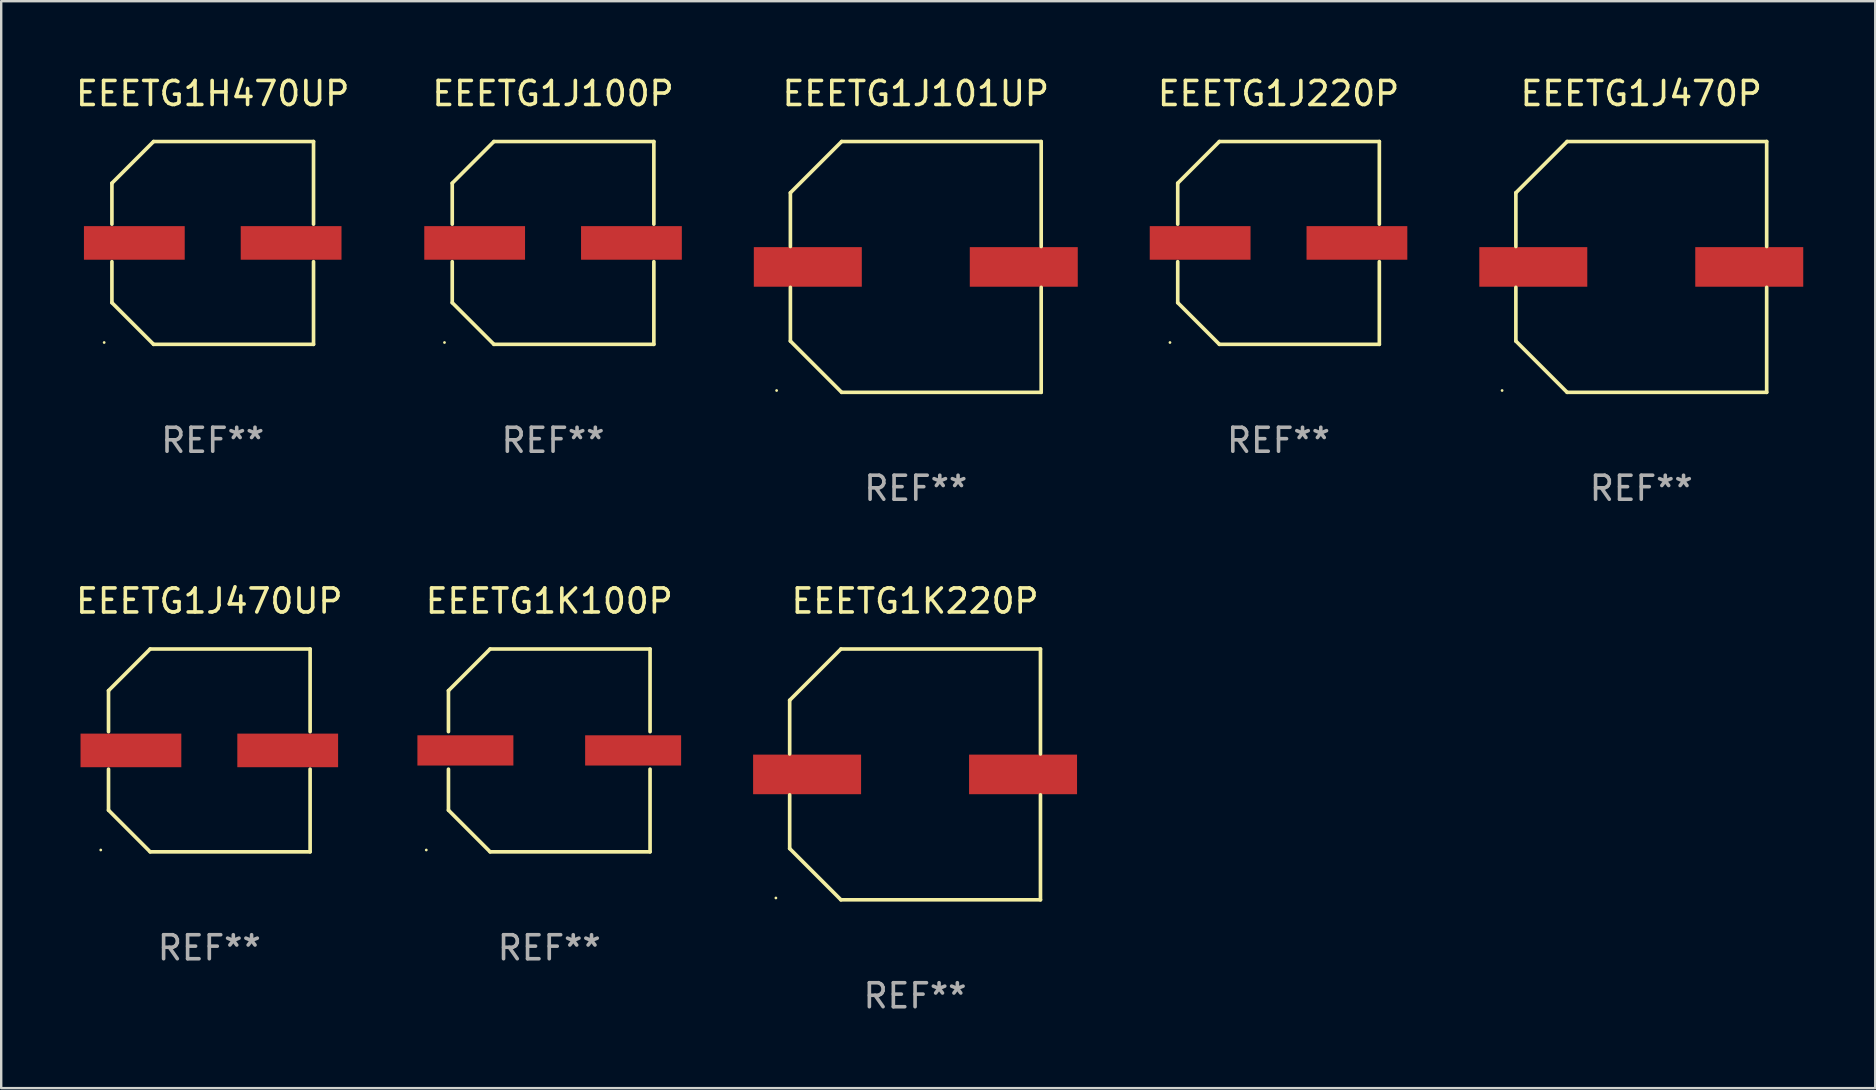
<source format=kicad_pcb>
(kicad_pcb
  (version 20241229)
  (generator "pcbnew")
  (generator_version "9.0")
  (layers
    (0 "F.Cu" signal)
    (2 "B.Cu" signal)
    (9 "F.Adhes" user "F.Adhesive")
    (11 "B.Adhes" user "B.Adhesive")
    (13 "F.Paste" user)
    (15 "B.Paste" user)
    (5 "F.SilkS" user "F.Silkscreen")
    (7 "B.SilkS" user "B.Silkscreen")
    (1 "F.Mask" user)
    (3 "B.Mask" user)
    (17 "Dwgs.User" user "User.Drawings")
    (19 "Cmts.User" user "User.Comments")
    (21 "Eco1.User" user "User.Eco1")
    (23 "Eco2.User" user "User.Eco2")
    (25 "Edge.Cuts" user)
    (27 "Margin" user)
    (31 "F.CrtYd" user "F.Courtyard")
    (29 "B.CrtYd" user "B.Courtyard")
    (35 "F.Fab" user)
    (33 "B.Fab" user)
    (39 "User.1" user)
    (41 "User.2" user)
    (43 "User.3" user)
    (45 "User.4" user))
  (footprint "EEETG1J220P"
    (layer "F.Cu")
    (at 50.232 7.074)
    (property "Reference" "EEETG1J220P" (at 0 -6.226 0) (layer "F.SilkS") (effects (font (size 1 1) (thickness 0.15))))
    (attr through_hole)
    (fp_line (start -4.201 -2.49) (end -4.201 -0.782) (stroke (width 0.152) (type solid)) (layer "F.SilkS"))
    (fp_line (start -4.201 2.49) (end -4.201 0.782) (stroke (width 0.152) (type solid)) (layer "F.SilkS"))
    (fp_line (start -2.465 -4.226) (end -4.201 -2.49) (stroke (width 0.152) (type solid)) (layer "F.SilkS"))
    (fp_line (start -2.465 4.226) (end -4.201 2.49) (stroke (width 0.152) (type solid)) (layer "F.SilkS"))
    (fp_line (start 4.201 -4.226) (end -2.465 -4.226) (stroke (width 0.152) (type solid)) (layer "F.SilkS"))
    (fp_line (start 4.201 -0.782) (end 4.201 -4.226) (stroke (width 0.152) (type solid)) (layer "F.SilkS"))
    (fp_line (start 4.201 0.782) (end 4.201 4.226) (stroke (width 0.152) (type solid)) (layer "F.SilkS"))
    (fp_line (start 4.201 4.226) (end -2.465 4.226) (stroke (width 0.152) (type solid)) (layer "F.SilkS"))
    (fp_circle (center -4.524 4.15) (end -4.494 4.15) (stroke (width 0.06) (type solid)) (fill no) (layer "F.SilkS"))
    (fp_text user "REF**" (at 0 8.226 0) (layer "F.Fab") (effects (font (size 1 1) (thickness 0.15))))
    (pad "1" smd rect (at -3.267 0) (size 4.2 1.4) (layers "F.Cu" "F.Mask" "F.Paste"))
    (pad "2" smd rect (at 3.267 0) (size 4.2 1.4) (layers "F.Cu" "F.Mask" "F.Paste")))
  (footprint "EEETG1K100P"
    (layer "F.Cu")
    (at 19.84 28.223)
    (property "Reference" "EEETG1K100P" (at 0 -6.226 0) (layer "F.SilkS") (effects (font (size 1 1) (thickness 0.15))))
    (attr through_hole)
    (fp_line (start -4.201 -2.49) (end -4.201 -0.782) (stroke (width 0.152) (type solid)) (layer "F.SilkS"))
    (fp_line (start -4.201 2.49) (end -4.201 0.782) (stroke (width 0.152) (type solid)) (layer "F.SilkS"))
    (fp_line (start -2.465 -4.226) (end -4.201 -2.49) (stroke (width 0.152) (type solid)) (layer "F.SilkS"))
    (fp_line (start -2.465 4.226) (end -4.201 2.49) (stroke (width 0.152) (type solid)) (layer "F.SilkS"))
    (fp_line (start 4.201 -4.226) (end -2.465 -4.226) (stroke (width 0.152) (type solid)) (layer "F.SilkS"))
    (fp_line (start 4.201 -0.782) (end 4.201 -4.226) (stroke (width 0.152) (type solid)) (layer "F.SilkS"))
    (fp_line (start 4.201 0.782) (end 4.201 4.226) (stroke (width 0.152) (type solid)) (layer "F.SilkS"))
    (fp_line (start 4.201 4.226) (end -2.465 4.226) (stroke (width 0.152) (type solid)) (layer "F.SilkS"))
    (fp_circle (center -5.125 4.15) (end -5.095 4.15) (stroke (width 0.06) (type solid)) (fill no) (layer "F.SilkS"))
    (fp_text user "REF**" (at 0 8.226 0) (layer "F.Fab") (effects (font (size 1 1) (thickness 0.15))))
    (pad "1" smd rect (at -3.495 0.000025) (size 4 1.26) (layers "F.Cu" "F.Mask" "F.Paste"))
    (pad "2" smd rect (at 3.495 0.000025) (size 4 1.26) (layers "F.Cu" "F.Mask" "F.Paste")))
  (footprint "EEETG1J470P"
    (layer "F.Cu")
    (at 65.349 8.074)
    (property "Reference" "EEETG1J470P" (at 0 -7.226 0) (layer "F.SilkS") (effects (font (size 1 1) (thickness 0.15))))
    (attr through_hole)
    (fp_line (start -5.226 -3.09) (end -5.226 -0.852) (stroke (width 0.152) (type solid)) (layer "F.SilkS"))
    (fp_line (start -5.226 3.09) (end -5.226 0.852) (stroke (width 0.152) (type solid)) (layer "F.SilkS"))
    (fp_line (start -3.09 -5.226) (end -5.226 -3.09) (stroke (width 0.152) (type solid)) (layer "F.SilkS"))
    (fp_line (start -3.09 5.226) (end -5.226 3.09) (stroke (width 0.152) (type solid)) (layer "F.SilkS"))
    (fp_line (start 5.226 -5.226) (end -3.09 -5.226) (stroke (width 0.152) (type solid)) (layer "F.SilkS"))
    (fp_line (start 5.226 -0.852) (end 5.226 -5.226) (stroke (width 0.152) (type solid)) (layer "F.SilkS"))
    (fp_line (start 5.226 0.852) (end 5.226 5.226) (stroke (width 0.152) (type solid)) (layer "F.SilkS"))
    (fp_line (start 5.226 5.226) (end -3.09 5.226) (stroke (width 0.152) (type solid)) (layer "F.SilkS"))
    (fp_circle (center -5.8 5.15) (end -5.77 5.15) (stroke (width 0.06) (type solid)) (fill no) (layer "F.SilkS"))
    (fp_text user "REF**" (at 0 9.226 0) (layer "F.Fab") (effects (font (size 1 1) (thickness 0.15))))
    (pad "1" smd rect (at -4.5 0) (size 4.5 1.65) (layers "F.Cu" "F.Mask" "F.Paste"))
    (pad "2" smd rect (at 4.5 0) (size 4.5 1.65) (layers "F.Cu" "F.Mask" "F.Paste")))
  (footprint "EEETG1J100P"
    (layer "F.Cu")
    (at 19.998 7.074)
    (property "Reference" "EEETG1J100P" (at 0 -6.226 0) (layer "F.SilkS") (effects (font (size 1 1) (thickness 0.15))))
    (attr through_hole)
    (fp_line (start -4.201 -2.49) (end -4.201 -0.782) (stroke (width 0.152) (type solid)) (layer "F.SilkS"))
    (fp_line (start -4.201 2.49) (end -4.201 0.782) (stroke (width 0.152) (type solid)) (layer "F.SilkS"))
    (fp_line (start -2.465 -4.226) (end -4.201 -2.49) (stroke (width 0.152) (type solid)) (layer "F.SilkS"))
    (fp_line (start -2.465 4.226) (end -4.201 2.49) (stroke (width 0.152) (type solid)) (layer "F.SilkS"))
    (fp_line (start 4.201 -4.226) (end -2.465 -4.226) (stroke (width 0.152) (type solid)) (layer "F.SilkS"))
    (fp_line (start 4.201 -0.782) (end 4.201 -4.226) (stroke (width 0.152) (type solid)) (layer "F.SilkS"))
    (fp_line (start 4.201 0.782) (end 4.201 4.226) (stroke (width 0.152) (type solid)) (layer "F.SilkS"))
    (fp_line (start 4.201 4.226) (end -2.465 4.226) (stroke (width 0.152) (type solid)) (layer "F.SilkS"))
    (fp_circle (center -4.524 4.15) (end -4.494 4.15) (stroke (width 0.06) (type solid)) (fill no) (layer "F.SilkS"))
    (fp_text user "REF**" (at 0 8.226 0) (layer "F.Fab") (effects (font (size 1 1) (thickness 0.15))))
    (pad "1" smd rect (at -3.267 0) (size 4.2 1.4) (layers "F.Cu" "F.Mask" "F.Paste"))
    (pad "2" smd rect (at 3.267 0) (size 4.2 1.4) (layers "F.Cu" "F.Mask" "F.Paste")))
  (footprint "EEETG1H470UP"
    (layer "F.Cu")
    (at 5.815 7.074)
    (property "Reference" "EEETG1H470UP" (at 0 -6.226 0) (layer "F.SilkS") (effects (font (size 1 1) (thickness 0.15))))
    (attr through_hole)
    (fp_line (start -4.201 -2.49) (end -4.201 -0.782) (stroke (width 0.152) (type solid)) (layer "F.SilkS"))
    (fp_line (start -4.201 2.49) (end -4.201 0.782) (stroke (width 0.152) (type solid)) (layer "F.SilkS"))
    (fp_line (start -2.465 -4.226) (end -4.201 -2.49) (stroke (width 0.152) (type solid)) (layer "F.SilkS"))
    (fp_line (start -2.465 4.226) (end -4.201 2.49) (stroke (width 0.152) (type solid)) (layer "F.SilkS"))
    (fp_line (start 4.201 -4.226) (end -2.465 -4.226) (stroke (width 0.152) (type solid)) (layer "F.SilkS"))
    (fp_line (start 4.201 -0.782) (end 4.201 -4.226) (stroke (width 0.152) (type solid)) (layer "F.SilkS"))
    (fp_line (start 4.201 0.782) (end 4.201 4.226) (stroke (width 0.152) (type solid)) (layer "F.SilkS"))
    (fp_line (start 4.201 4.226) (end -2.465 4.226) (stroke (width 0.152) (type solid)) (layer "F.SilkS"))
    (fp_circle (center -4.524 4.15) (end -4.494 4.15) (stroke (width 0.06) (type solid)) (fill no) (layer "F.SilkS"))
    (fp_text user "REF**" (at 0 8.226 0) (layer "F.Fab") (effects (font (size 1 1) (thickness 0.15))))
    (pad "1" smd rect (at -3.267 0) (size 4.2 1.4) (layers "F.Cu" "F.Mask" "F.Paste"))
    (pad "2" smd rect (at 3.267 0) (size 4.2 1.4) (layers "F.Cu" "F.Mask" "F.Paste")))
  (footprint "EEETG1J470UP"
    (layer "F.Cu")
    (at 5.673 28.223)
    (property "Reference" "EEETG1J470UP" (at 0 -6.226 0) (layer "F.SilkS") (effects (font (size 1 1) (thickness 0.15))))
    (attr through_hole)
    (fp_line (start -4.201 -2.49) (end -4.201 -0.782) (stroke (width 0.152) (type solid)) (layer "F.SilkS"))
    (fp_line (start -4.201 2.49) (end -4.201 0.782) (stroke (width 0.152) (type solid)) (layer "F.SilkS"))
    (fp_line (start -2.465 -4.226) (end -4.201 -2.49) (stroke (width 0.152) (type solid)) (layer "F.SilkS"))
    (fp_line (start -2.465 4.226) (end -4.201 2.49) (stroke (width 0.152) (type solid)) (layer "F.SilkS"))
    (fp_line (start 4.201 -4.226) (end -2.465 -4.226) (stroke (width 0.152) (type solid)) (layer "F.SilkS"))
    (fp_line (start 4.201 -0.782) (end 4.201 -4.226) (stroke (width 0.152) (type solid)) (layer "F.SilkS"))
    (fp_line (start 4.201 0.782) (end 4.201 4.226) (stroke (width 0.152) (type solid)) (layer "F.SilkS"))
    (fp_line (start 4.201 4.226) (end -2.465 4.226) (stroke (width 0.152) (type solid)) (layer "F.SilkS"))
    (fp_circle (center -4.524 4.15) (end -4.494 4.15) (stroke (width 0.06) (type solid)) (fill no) (layer "F.SilkS"))
    (fp_text user "REF**" (at 0 8.226 0) (layer "F.Fab") (effects (font (size 1 1) (thickness 0.15))))
    (pad "1" smd rect (at -3.267 0) (size 4.2 1.4) (layers "F.Cu" "F.Mask" "F.Paste"))
    (pad "2" smd rect (at 3.267 0) (size 4.2 1.4) (layers "F.Cu" "F.Mask" "F.Paste")))
  (footprint "EEETG1J101UP"
    (layer "F.Cu")
    (at 35.115 8.074)
    (property "Reference" "EEETG1J101UP" (at 0 -7.226 0) (layer "F.SilkS") (effects (font (size 1 1) (thickness 0.15))))
    (attr through_hole)
    (fp_line (start -5.226 -3.09) (end -5.226 -0.852) (stroke (width 0.152) (type solid)) (layer "F.SilkS"))
    (fp_line (start -5.226 3.09) (end -5.226 0.852) (stroke (width 0.152) (type solid)) (layer "F.SilkS"))
    (fp_line (start -3.09 -5.226) (end -5.226 -3.09) (stroke (width 0.152) (type solid)) (layer "F.SilkS"))
    (fp_line (start -3.09 5.226) (end -5.226 3.09) (stroke (width 0.152) (type solid)) (layer "F.SilkS"))
    (fp_line (start 5.226 -5.226) (end -3.09 -5.226) (stroke (width 0.152) (type solid)) (layer "F.SilkS"))
    (fp_line (start 5.226 -0.852) (end 5.226 -5.226) (stroke (width 0.152) (type solid)) (layer "F.SilkS"))
    (fp_line (start 5.226 0.852) (end 5.226 5.226) (stroke (width 0.152) (type solid)) (layer "F.SilkS"))
    (fp_line (start 5.226 5.226) (end -3.09 5.226) (stroke (width 0.152) (type solid)) (layer "F.SilkS"))
    (fp_circle (center -5.8 5.15) (end -5.77 5.15) (stroke (width 0.06) (type solid)) (fill no) (layer "F.SilkS"))
    (fp_text user "REF**" (at 0 9.226 0) (layer "F.Fab") (effects (font (size 1 1) (thickness 0.15))))
    (pad "1" smd rect (at -4.5 0) (size 4.5 1.65) (layers "F.Cu" "F.Mask" "F.Paste"))
    (pad "2" smd rect (at 4.5 0) (size 4.5 1.65) (layers "F.Cu" "F.Mask" "F.Paste")))
  (footprint "EEETG1K220P"
    (layer "F.Cu")
    (at 35.085 29.223)
    (property "Reference" "EEETG1K220P" (at 0 -7.226 0) (layer "F.SilkS") (effects (font (size 1 1) (thickness 0.15))))
    (attr through_hole)
    (fp_line (start -5.226 -3.09) (end -5.226 -0.852) (stroke (width 0.152) (type solid)) (layer "F.SilkS"))
    (fp_line (start -5.226 3.09) (end -5.226 0.852) (stroke (width 0.152) (type solid)) (layer "F.SilkS"))
    (fp_line (start -3.09 -5.226) (end -5.226 -3.09) (stroke (width 0.152) (type solid)) (layer "F.SilkS"))
    (fp_line (start -3.09 5.226) (end -5.226 3.09) (stroke (width 0.152) (type solid)) (layer "F.SilkS"))
    (fp_line (start 5.226 -5.226) (end -3.09 -5.226) (stroke (width 0.152) (type solid)) (layer "F.SilkS"))
    (fp_line (start 5.226 -0.852) (end 5.226 -5.226) (stroke (width 0.152) (type solid)) (layer "F.SilkS"))
    (fp_line (start 5.226 0.852) (end 5.226 5.226) (stroke (width 0.152) (type solid)) (layer "F.SilkS"))
    (fp_line (start 5.226 5.226) (end -3.09 5.226) (stroke (width 0.152) (type solid)) (layer "F.SilkS"))
    (fp_circle (center -5.8 5.15) (end -5.77 5.15) (stroke (width 0.06) (type solid)) (fill no) (layer "F.SilkS"))
    (fp_text user "REF**" (at 0 9.226 0) (layer "F.Fab") (effects (font (size 1 1) (thickness 0.15))))
    (pad "1" smd rect (at -4.5 0) (size 4.5 1.65) (layers "F.Cu" "F.Mask" "F.Paste"))
    (pad "2" smd rect (at 4.5 0) (size 4.5 1.65) (layers "F.Cu" "F.Mask" "F.Paste")))
  (gr_rect
    (start -3 -3)
    (end 75.099 42.298)
    (stroke (width 0.1) (type default))
    (fill no)
    (layer "Edge.Cuts")))
</source>
